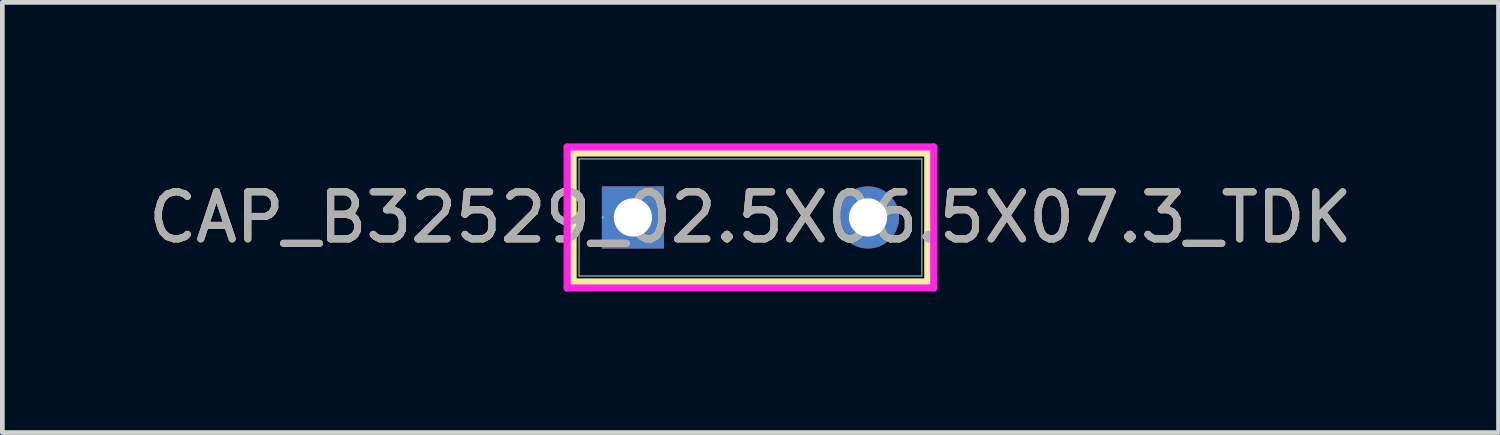
<source format=kicad_pcb>
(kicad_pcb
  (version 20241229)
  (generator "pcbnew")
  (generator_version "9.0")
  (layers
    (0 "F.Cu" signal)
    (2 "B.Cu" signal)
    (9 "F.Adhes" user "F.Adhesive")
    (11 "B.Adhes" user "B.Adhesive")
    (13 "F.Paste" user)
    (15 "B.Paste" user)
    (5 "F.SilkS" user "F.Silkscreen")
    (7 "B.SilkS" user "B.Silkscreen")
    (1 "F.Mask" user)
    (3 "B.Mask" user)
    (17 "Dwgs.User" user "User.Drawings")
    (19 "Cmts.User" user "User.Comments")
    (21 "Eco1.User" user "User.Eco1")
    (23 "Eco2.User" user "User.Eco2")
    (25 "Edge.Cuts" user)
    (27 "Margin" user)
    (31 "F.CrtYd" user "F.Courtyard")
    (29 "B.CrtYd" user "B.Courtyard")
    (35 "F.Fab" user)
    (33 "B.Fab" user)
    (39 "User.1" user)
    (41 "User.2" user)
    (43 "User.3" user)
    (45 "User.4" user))
  (footprint "CAP_B32529_02.5X06.5X07.3_TDK"
    (layer "F.Cu")
    (at 10.411 1.575)
    (property "Reference" "CAP_B32529_02.5X06.5X07.3_TDK" (at 2.5 0 0) (unlocked yes) (layer "F.SilkS") (effects (font (size 1 1) (thickness 0.15))))
    (attr through_hole)
    (fp_line (start -1.272 -1.372) (end -1.272 1.372) (stroke (width 0.152) (type solid)) (layer "F.SilkS"))
    (fp_line (start 6.272 -1.372) (end -1.272 -1.372) (stroke (width 0.152) (type solid)) (layer "F.SilkS"))
    (fp_line (start 6.272 -1.372) (end 6.272 1.372) (stroke (width 0.152) (type solid)) (layer "F.SilkS"))
    (fp_line (start 6.272 1.372) (end -1.272 1.372) (stroke (width 0.152) (type solid)) (layer "F.SilkS"))
    (fp_line (start -1.399 -1.499) (end 6.399 -1.499) (stroke (width 0.152) (type solid)) (layer "F.CrtYd"))
    (fp_line (start -1.399 1.499) (end -1.399 -1.499) (stroke (width 0.152) (type solid)) (layer "F.CrtYd"))
    (fp_line (start 6.399 -1.499) (end 6.399 1.499) (stroke (width 0.152) (type solid)) (layer "F.CrtYd"))
    (fp_line (start 6.399 1.499) (end -1.399 1.499) (stroke (width 0.152) (type solid)) (layer "F.CrtYd"))
    (fp_line (start -1.145 -1.245) (end -1.145 1.245) (stroke (width 0.025) (type solid)) (layer "F.Fab"))
    (fp_line (start 6.145 -1.245) (end -1.145 -1.245) (stroke (width 0.025) (type solid)) (layer "F.Fab"))
    (fp_line (start 6.145 -1.245) (end 6.145 1.245) (stroke (width 0.025) (type solid)) (layer "F.Fab"))
    (fp_line (start 6.145 1.245) (end -1.145 1.245) (stroke (width 0.025) (type solid)) (layer "F.Fab"))
    (fp_circle (center -0.637 0) (end -0.637 0) (stroke (width 0.025) (type solid)) (fill no) (layer "F.Fab"))
    (fp_text user "${REFERENCE}" (at 2.5 0 0) (unlocked yes) (layer "F.Fab") (effects (font (size 1 1) (thickness 0.15))))
    (pad "1" thru_hole rect (at 0 0) (size 1.321 1.321) (drill 0.813) (layers "*.Cu" "*.Mask"))
    (pad "2" thru_hole circle (at 5 0) (size 1.321 1.321) (drill 0.813) (layers "*.Cu" "*.Mask")))
  (gr_rect
    (start -3 -3)
    (end 28.821 6.15)
    (stroke (width 0.1) (type default))
    (fill no)
    (layer "Edge.Cuts")))
</source>
